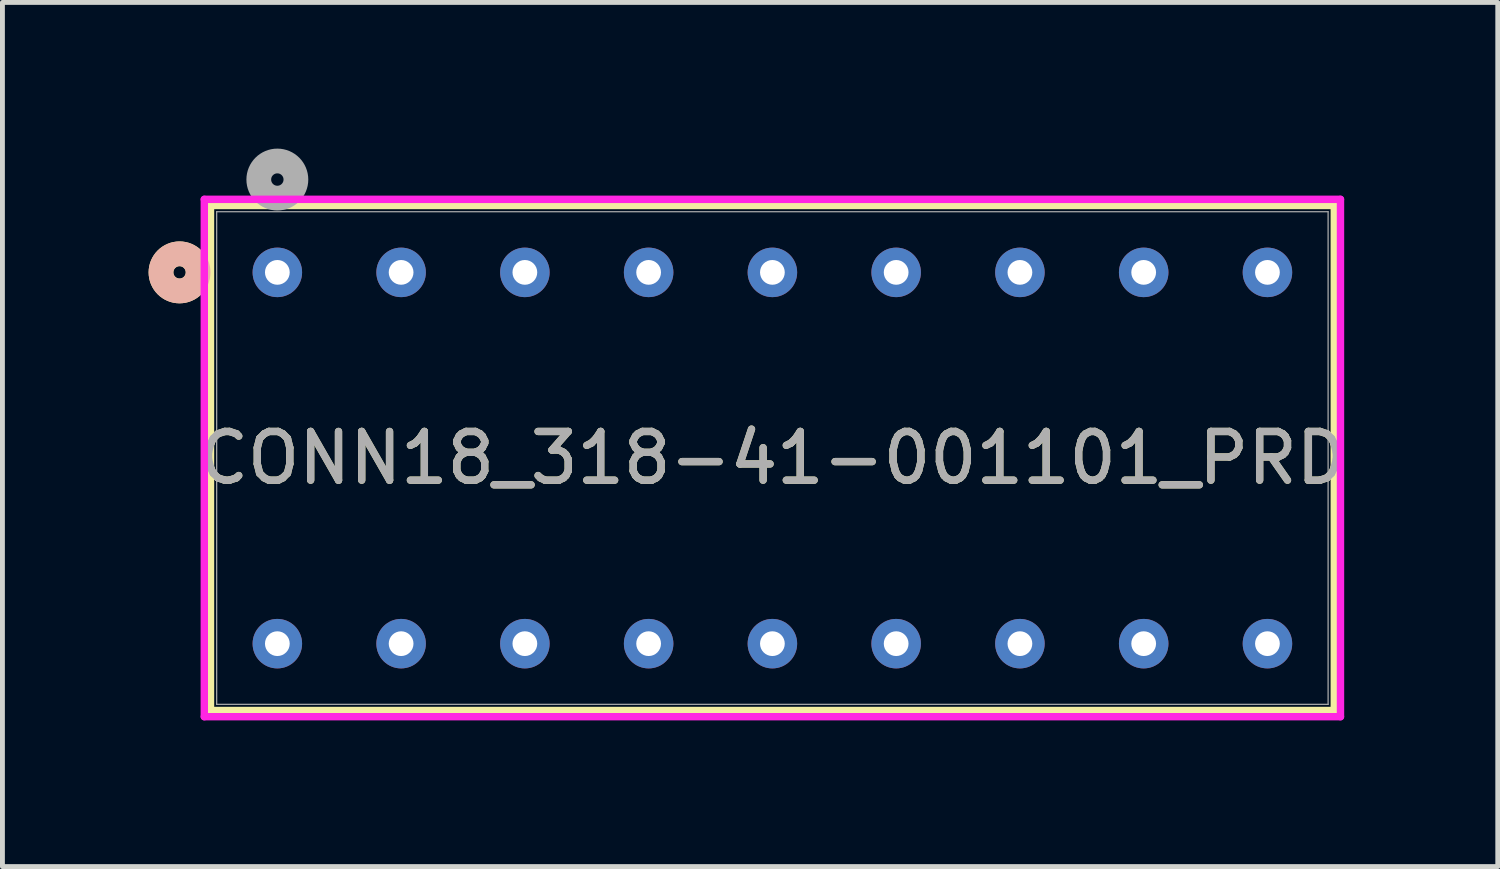
<source format=kicad_pcb>
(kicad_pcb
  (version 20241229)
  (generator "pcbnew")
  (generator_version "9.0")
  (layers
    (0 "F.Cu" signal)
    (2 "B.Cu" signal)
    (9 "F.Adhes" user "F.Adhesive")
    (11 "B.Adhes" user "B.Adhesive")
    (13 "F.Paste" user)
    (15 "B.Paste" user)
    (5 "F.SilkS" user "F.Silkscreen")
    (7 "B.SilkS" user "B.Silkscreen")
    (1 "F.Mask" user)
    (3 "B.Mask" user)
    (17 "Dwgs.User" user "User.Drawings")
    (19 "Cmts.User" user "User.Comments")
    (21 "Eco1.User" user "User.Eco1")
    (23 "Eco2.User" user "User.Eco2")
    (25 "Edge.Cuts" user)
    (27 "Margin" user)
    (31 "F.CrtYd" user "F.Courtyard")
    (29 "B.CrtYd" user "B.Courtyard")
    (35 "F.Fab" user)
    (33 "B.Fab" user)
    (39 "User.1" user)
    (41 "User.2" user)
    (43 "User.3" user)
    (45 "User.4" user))
  (footprint "CONN18_318-41-001101_PRD"
    (layer "F.Cu")
    (at 2.642 2.54)
    (property "Reference" "CONN18_318-41-001101_PRD" (at 10.16 3.81 0) (unlocked yes) (layer "F.SilkS") (effects (font (size 1 1) (thickness 0.15))))
    (attr through_hole)
    (fp_line (start -1.372 -1.372) (end -1.372 8.992) (stroke (width 0.152) (type solid)) (layer "F.SilkS"))
    (fp_line (start -1.372 8.992) (end 21.692 8.992) (stroke (width 0.152) (type solid)) (layer "F.SilkS"))
    (fp_line (start 21.692 -1.372) (end -1.372 -1.372) (stroke (width 0.152) (type solid)) (layer "F.SilkS"))
    (fp_line (start 21.692 8.992) (end 21.692 -1.372) (stroke (width 0.152) (type solid)) (layer "F.SilkS"))
    (fp_circle (center -2.007 0) (end -1.626 0) (stroke (width 0.508) (type solid)) (fill no) (layer "F.SilkS"))
    (fp_circle (center -2.007 0) (end -1.626 0) (stroke (width 0.508) (type solid)) (fill no) (layer "B.SilkS"))
    (fp_line (start -1.499 -1.499) (end -1.499 9.119) (stroke (width 0.152) (type solid)) (layer "F.CrtYd"))
    (fp_line (start -1.499 9.119) (end 21.819 9.119) (stroke (width 0.152) (type solid)) (layer "F.CrtYd"))
    (fp_line (start 21.819 -1.499) (end -1.499 -1.499) (stroke (width 0.152) (type solid)) (layer "F.CrtYd"))
    (fp_line (start 21.819 9.119) (end 21.819 -1.499) (stroke (width 0.152) (type solid)) (layer "F.CrtYd"))
    (fp_line (start -1.245 -1.245) (end -1.245 8.865) (stroke (width 0.025) (type solid)) (layer "F.Fab"))
    (fp_line (start -1.245 8.865) (end 21.565 8.865) (stroke (width 0.025) (type solid)) (layer "F.Fab"))
    (fp_line (start 21.565 -1.245) (end -1.245 -1.245) (stroke (width 0.025) (type solid)) (layer "F.Fab"))
    (fp_line (start 21.565 8.865) (end 21.565 -1.245) (stroke (width 0.025) (type solid)) (layer "F.Fab"))
    (fp_circle (center 0 -1.905) (end 0.381 -1.905) (stroke (width 0.508) (type solid)) (fill no) (layer "F.Fab"))
    (fp_text user "${REFERENCE}" (at 10.16 3.81 0) (unlocked yes) (layer "F.Fab") (effects (font (size 1 1) (thickness 0.15))))
    (pad "1" thru_hole circle (at 0 0) (size 1.016 1.016) (drill 0.508) (layers "*.Cu" "*.Mask"))
    (pad "2" thru_hole circle (at 0 7.62) (size 1.016 1.016) (drill 0.508) (layers "*.Cu" "*.Mask"))
    (pad "3" thru_hole circle (at 2.54 0) (size 1.016 1.016) (drill 0.508) (layers "*.Cu" "*.Mask"))
    (pad "4" thru_hole circle (at 2.54 7.62) (size 1.016 1.016) (drill 0.508) (layers "*.Cu" "*.Mask"))
    (pad "5" thru_hole circle (at 5.08 0) (size 1.016 1.016) (drill 0.508) (layers "*.Cu" "*.Mask"))
    (pad "6" thru_hole circle (at 5.08 7.62) (size 1.016 1.016) (drill 0.508) (layers "*.Cu" "*.Mask"))
    (pad "7" thru_hole circle (at 7.62 0) (size 1.016 1.016) (drill 0.508) (layers "*.Cu" "*.Mask"))
    (pad "8" thru_hole circle (at 7.62 7.62) (size 1.016 1.016) (drill 0.508) (layers "*.Cu" "*.Mask"))
    (pad "9" thru_hole circle (at 10.16 0) (size 1.016 1.016) (drill 0.508) (layers "*.Cu" "*.Mask"))
    (pad "10" thru_hole circle (at 10.16 7.62) (size 1.016 1.016) (drill 0.508) (layers "*.Cu" "*.Mask"))
    (pad "11" thru_hole circle (at 12.7 0) (size 1.016 1.016) (drill 0.508) (layers "*.Cu" "*.Mask"))
    (pad "12" thru_hole circle (at 12.7 7.62) (size 1.016 1.016) (drill 0.508) (layers "*.Cu" "*.Mask"))
    (pad "13" thru_hole circle (at 15.24 0) (size 1.016 1.016) (drill 0.508) (layers "*.Cu" "*.Mask"))
    (pad "14" thru_hole circle (at 15.24 7.62) (size 1.016 1.016) (drill 0.508) (layers "*.Cu" "*.Mask"))
    (pad "15" thru_hole circle (at 17.78 0) (size 1.016 1.016) (drill 0.508) (layers "*.Cu" "*.Mask"))
    (pad "16" thru_hole circle (at 17.78 7.62) (size 1.016 1.016) (drill 0.508) (layers "*.Cu" "*.Mask"))
    (pad "17" thru_hole circle (at 20.32 0) (size 1.016 1.016) (drill 0.508) (layers "*.Cu" "*.Mask"))
    (pad "18" thru_hole circle (at 20.32 7.62) (size 1.016 1.016) (drill 0.508) (layers "*.Cu" "*.Mask")))
  (gr_rect
    (start -3 -3)
    (end 27.689 14.735)
    (stroke (width 0.1) (type default))
    (fill no)
    (layer "Edge.Cuts")))
</source>
